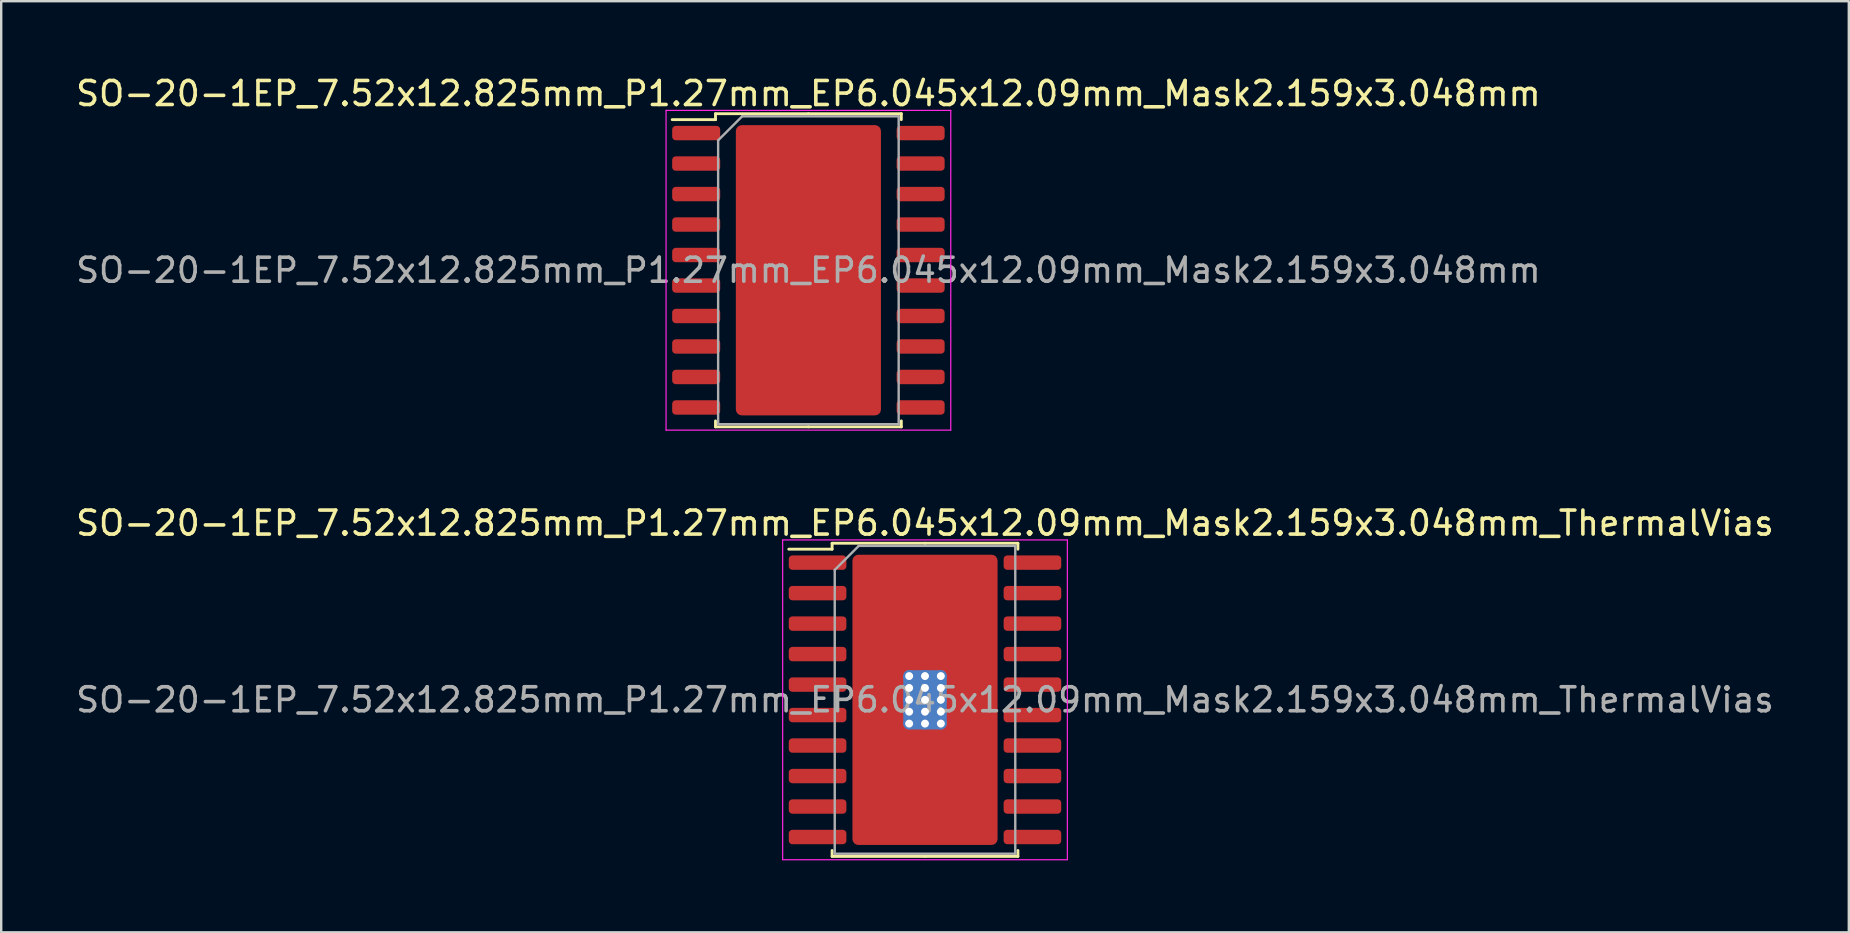
<source format=kicad_pcb>
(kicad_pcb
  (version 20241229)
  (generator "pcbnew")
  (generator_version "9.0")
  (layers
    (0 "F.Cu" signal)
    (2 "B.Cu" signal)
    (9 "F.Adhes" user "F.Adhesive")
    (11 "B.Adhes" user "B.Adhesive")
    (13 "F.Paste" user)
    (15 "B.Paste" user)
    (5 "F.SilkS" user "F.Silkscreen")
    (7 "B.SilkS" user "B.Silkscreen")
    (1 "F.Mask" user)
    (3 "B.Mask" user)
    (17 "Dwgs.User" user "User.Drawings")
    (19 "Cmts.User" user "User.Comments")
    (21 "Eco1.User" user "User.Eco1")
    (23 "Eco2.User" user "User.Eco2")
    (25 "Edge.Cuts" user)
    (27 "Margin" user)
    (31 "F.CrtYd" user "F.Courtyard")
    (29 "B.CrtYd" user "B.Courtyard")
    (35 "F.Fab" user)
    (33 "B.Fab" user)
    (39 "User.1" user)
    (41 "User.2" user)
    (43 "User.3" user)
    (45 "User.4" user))
  (footprint "SO-20-1EP_7.52x12.825mm_P1.27mm_EP6.045x12.09mm_Mask2.159x3.048mm"
    (layer "F.Cu")
    (at 30.625 8.208)
    (property "Reference" "SO-20-1EP_7.52x12.825mm_P1.27mm_EP6.045x12.09mm_Mask2.159x3.048mm" (at 0 -7.36 0) (layer "F.SilkS") (effects (font (size 1 1) (thickness 0.15))))
    (attr smd)
    (fp_line (start -3.87 -6.522) (end -3.87 -6.275) (stroke (width 0.12) (type solid)) (layer "F.SilkS"))
    (fp_line (start -3.87 -6.275) (end -5.675 -6.275) (stroke (width 0.12) (type solid)) (layer "F.SilkS"))
    (fp_line (start -3.87 6.522) (end -3.87 6.275) (stroke (width 0.12) (type solid)) (layer "F.SilkS"))
    (fp_line (start 0 -6.522) (end -3.87 -6.522) (stroke (width 0.12) (type solid)) (layer "F.SilkS"))
    (fp_line (start 0 -6.522) (end 3.87 -6.522) (stroke (width 0.12) (type solid)) (layer "F.SilkS"))
    (fp_line (start 0 6.522) (end -3.87 6.522) (stroke (width 0.12) (type solid)) (layer "F.SilkS"))
    (fp_line (start 0 6.522) (end 3.87 6.522) (stroke (width 0.12) (type solid)) (layer "F.SilkS"))
    (fp_line (start 3.87 -6.522) (end 3.87 -6.275) (stroke (width 0.12) (type solid)) (layer "F.SilkS"))
    (fp_line (start 3.87 6.522) (end 3.87 6.275) (stroke (width 0.12) (type solid)) (layer "F.SilkS"))
    (fp_line (start -5.93 -6.66) (end -5.93 6.66) (stroke (width 0.05) (type solid)) (layer "F.CrtYd"))
    (fp_line (start -5.93 6.66) (end 5.93 6.66) (stroke (width 0.05) (type solid)) (layer "F.CrtYd"))
    (fp_line (start 5.93 -6.66) (end -5.93 -6.66) (stroke (width 0.05) (type solid)) (layer "F.CrtYd"))
    (fp_line (start 5.93 6.66) (end 5.93 -6.66) (stroke (width 0.05) (type solid)) (layer "F.CrtYd"))
    (fp_line (start -3.76 -5.412) (end -2.76 -6.412) (stroke (width 0.1) (type solid)) (layer "F.Fab"))
    (fp_line (start -3.76 6.412) (end -3.76 -5.412) (stroke (width 0.1) (type solid)) (layer "F.Fab"))
    (fp_line (start -2.76 -6.412) (end 3.76 -6.412) (stroke (width 0.1) (type solid)) (layer "F.Fab"))
    (fp_line (start 3.76 -6.412) (end 3.76 6.412) (stroke (width 0.1) (type solid)) (layer "F.Fab"))
    (fp_line (start 3.76 6.412) (end -3.76 6.412) (stroke (width 0.1) (type solid)) (layer "F.Fab"))
    (fp_text user "${REFERENCE}" (at 0 0 0) (layer "F.Fab") (effects (font (size 1 1) (thickness 0.15))))
    (pad "" smd roundrect (at 0 0) (size 1.74 2.46) (layers "F.Paste") (roundrect_rratio 0.144))
    (pad "" smd roundrect (at 0 0) (size 2.159 3.048) (layers "F.Mask") (roundrect_rratio 0.116))
    (pad "1" smd roundrect (at -4.675 -5.715) (size 2 0.6) (layers "F.Cu" "F.Mask" "F.Paste") (roundrect_rratio 0.25))
    (pad "2" smd roundrect (at -4.675 -4.445) (size 2 0.6) (layers "F.Cu" "F.Mask" "F.Paste") (roundrect_rratio 0.25))
    (pad "3" smd roundrect (at -4.675 -3.175) (size 2 0.6) (layers "F.Cu" "F.Mask" "F.Paste") (roundrect_rratio 0.25))
    (pad "4" smd roundrect (at -4.675 -1.905) (size 2 0.6) (layers "F.Cu" "F.Mask" "F.Paste") (roundrect_rratio 0.25))
    (pad "5" smd roundrect (at -4.675 -0.635) (size 2 0.6) (layers "F.Cu" "F.Mask" "F.Paste") (roundrect_rratio 0.25))
    (pad "6" smd roundrect (at -4.675 0.635) (size 2 0.6) (layers "F.Cu" "F.Mask" "F.Paste") (roundrect_rratio 0.25))
    (pad "7" smd roundrect (at -4.675 1.905) (size 2 0.6) (layers "F.Cu" "F.Mask" "F.Paste") (roundrect_rratio 0.25))
    (pad "8" smd roundrect (at -4.675 3.175) (size 2 0.6) (layers "F.Cu" "F.Mask" "F.Paste") (roundrect_rratio 0.25))
    (pad "9" smd roundrect (at -4.675 4.445) (size 2 0.6) (layers "F.Cu" "F.Mask" "F.Paste") (roundrect_rratio 0.25))
    (pad "10" smd roundrect (at -4.675 5.715) (size 2 0.6) (layers "F.Cu" "F.Mask" "F.Paste") (roundrect_rratio 0.25))
    (pad "11" smd roundrect (at 4.675 5.715) (size 2 0.6) (layers "F.Cu" "F.Mask" "F.Paste") (roundrect_rratio 0.25))
    (pad "12" smd roundrect (at 4.675 4.445) (size 2 0.6) (layers "F.Cu" "F.Mask" "F.Paste") (roundrect_rratio 0.25))
    (pad "13" smd roundrect (at 4.675 3.175) (size 2 0.6) (layers "F.Cu" "F.Mask" "F.Paste") (roundrect_rratio 0.25))
    (pad "14" smd roundrect (at 4.675 1.905) (size 2 0.6) (layers "F.Cu" "F.Mask" "F.Paste") (roundrect_rratio 0.25))
    (pad "15" smd roundrect (at 4.675 0.635) (size 2 0.6) (layers "F.Cu" "F.Mask" "F.Paste") (roundrect_rratio 0.25))
    (pad "16" smd roundrect (at 4.675 -0.635) (size 2 0.6) (layers "F.Cu" "F.Mask" "F.Paste") (roundrect_rratio 0.25))
    (pad "17" smd roundrect (at 4.675 -1.905) (size 2 0.6) (layers "F.Cu" "F.Mask" "F.Paste") (roundrect_rratio 0.25))
    (pad "18" smd roundrect (at 4.675 -3.175) (size 2 0.6) (layers "F.Cu" "F.Mask" "F.Paste") (roundrect_rratio 0.25))
    (pad "19" smd roundrect (at 4.675 -4.445) (size 2 0.6) (layers "F.Cu" "F.Mask" "F.Paste") (roundrect_rratio 0.25))
    (pad "20" smd roundrect (at 4.675 -5.715) (size 2 0.6) (layers "F.Cu" "F.Mask" "F.Paste") (roundrect_rratio 0.25))
    (pad "21" smd roundrect (at 0 0) (size 6.045 12.09) (layers "F.Cu") (roundrect_rratio 0.041)))
  (footprint "SO-20-1EP_7.52x12.825mm_P1.27mm_EP6.045x12.09mm_Mask2.159x3.048mm_ThermalVias"
    (layer "F.Cu")
    (at 35.482 26.102)
    (property "Reference" "SO-20-1EP_7.52x12.825mm_P1.27mm_EP6.045x12.09mm_Mask2.159x3.048mm_ThermalVias" (at 0 -7.36 0) (layer "F.SilkS") (effects (font (size 1 1) (thickness 0.15))))
    (attr smd)
    (fp_line (start -3.87 -6.522) (end -3.87 -6.275) (stroke (width 0.12) (type solid)) (layer "F.SilkS"))
    (fp_line (start -3.87 -6.275) (end -5.675 -6.275) (stroke (width 0.12) (type solid)) (layer "F.SilkS"))
    (fp_line (start -3.87 6.522) (end -3.87 6.275) (stroke (width 0.12) (type solid)) (layer "F.SilkS"))
    (fp_line (start 0 -6.522) (end -3.87 -6.522) (stroke (width 0.12) (type solid)) (layer "F.SilkS"))
    (fp_line (start 0 -6.522) (end 3.87 -6.522) (stroke (width 0.12) (type solid)) (layer "F.SilkS"))
    (fp_line (start 0 6.522) (end -3.87 6.522) (stroke (width 0.12) (type solid)) (layer "F.SilkS"))
    (fp_line (start 0 6.522) (end 3.87 6.522) (stroke (width 0.12) (type solid)) (layer "F.SilkS"))
    (fp_line (start 3.87 -6.522) (end 3.87 -6.275) (stroke (width 0.12) (type solid)) (layer "F.SilkS"))
    (fp_line (start 3.87 6.522) (end 3.87 6.275) (stroke (width 0.12) (type solid)) (layer "F.SilkS"))
    (fp_line (start -5.93 -6.66) (end -5.93 6.66) (stroke (width 0.05) (type solid)) (layer "F.CrtYd"))
    (fp_line (start -5.93 6.66) (end 5.93 6.66) (stroke (width 0.05) (type solid)) (layer "F.CrtYd"))
    (fp_line (start 5.93 -6.66) (end -5.93 -6.66) (stroke (width 0.05) (type solid)) (layer "F.CrtYd"))
    (fp_line (start 5.93 6.66) (end 5.93 -6.66) (stroke (width 0.05) (type solid)) (layer "F.CrtYd"))
    (fp_line (start -3.76 -5.412) (end -2.76 -6.412) (stroke (width 0.1) (type solid)) (layer "F.Fab"))
    (fp_line (start -3.76 6.412) (end -3.76 -5.412) (stroke (width 0.1) (type solid)) (layer "F.Fab"))
    (fp_line (start -2.76 -6.412) (end 3.76 -6.412) (stroke (width 0.1) (type solid)) (layer "F.Fab"))
    (fp_line (start 3.76 -6.412) (end 3.76 6.412) (stroke (width 0.1) (type solid)) (layer "F.Fab"))
    (fp_line (start 3.76 6.412) (end -3.76 6.412) (stroke (width 0.1) (type solid)) (layer "F.Fab"))
    (fp_text user "${REFERENCE}" (at 0 0 0) (layer "F.Fab") (effects (font (size 1 1) (thickness 0.15))))
    (pad "" smd roundrect (at -0.54 -0.76) (size 0.93 1.32) (layers "F.Paste") (roundrect_rratio 0.25))
    (pad "" smd roundrect (at -0.54 0.76) (size 0.93 1.32) (layers "F.Paste") (roundrect_rratio 0.25))
    (pad "" smd roundrect (at 0 0) (size 2.159 3.048) (layers "F.Mask") (roundrect_rratio 0.113))
    (pad "" smd roundrect (at 0.54 -0.76) (size 0.93 1.32) (layers "F.Paste") (roundrect_rratio 0.25))
    (pad "" smd roundrect (at 0.54 0.76) (size 0.93 1.32) (layers "F.Paste") (roundrect_rratio 0.25))
    (pad "1" smd roundrect (at -4.475 -5.715) (size 2.4 0.6) (layers "F.Cu" "F.Mask" "F.Paste") (roundrect_rratio 0.25))
    (pad "2" smd roundrect (at -4.475 -4.445) (size 2.4 0.6) (layers "F.Cu" "F.Mask" "F.Paste") (roundrect_rratio 0.25))
    (pad "3" smd roundrect (at -4.475 -3.175) (size 2.4 0.6) (layers "F.Cu" "F.Mask" "F.Paste") (roundrect_rratio 0.25))
    (pad "4" smd roundrect (at -4.475 -1.905) (size 2.4 0.6) (layers "F.Cu" "F.Mask" "F.Paste") (roundrect_rratio 0.25))
    (pad "5" smd roundrect (at -4.475 -0.635) (size 2.4 0.6) (layers "F.Cu" "F.Mask" "F.Paste") (roundrect_rratio 0.25))
    (pad "6" smd roundrect (at -4.475 0.635) (size 2.4 0.6) (layers "F.Cu" "F.Mask" "F.Paste") (roundrect_rratio 0.25))
    (pad "7" smd roundrect (at -4.475 1.905) (size 2.4 0.6) (layers "F.Cu" "F.Mask" "F.Paste") (roundrect_rratio 0.25))
    (pad "8" smd roundrect (at -4.475 3.175) (size 2.4 0.6) (layers "F.Cu" "F.Mask" "F.Paste") (roundrect_rratio 0.25))
    (pad "9" smd roundrect (at -4.475 4.445) (size 2.4 0.6) (layers "F.Cu" "F.Mask" "F.Paste") (roundrect_rratio 0.25))
    (pad "10" smd roundrect (at -4.475 5.715) (size 2.4 0.6) (layers "F.Cu" "F.Mask" "F.Paste") (roundrect_rratio 0.25))
    (pad "11" smd roundrect (at 4.475 5.715) (size 2.4 0.6) (layers "F.Cu" "F.Mask" "F.Paste") (roundrect_rratio 0.25))
    (pad "12" smd roundrect (at 4.475 4.445) (size 2.4 0.6) (layers "F.Cu" "F.Mask" "F.Paste") (roundrect_rratio 0.25))
    (pad "13" smd roundrect (at 4.475 3.175) (size 2.4 0.6) (layers "F.Cu" "F.Mask" "F.Paste") (roundrect_rratio 0.25))
    (pad "14" smd roundrect (at 4.475 1.905) (size 2.4 0.6) (layers "F.Cu" "F.Mask" "F.Paste") (roundrect_rratio 0.25))
    (pad "15" smd roundrect (at 4.475 0.635) (size 2.4 0.6) (layers "F.Cu" "F.Mask" "F.Paste") (roundrect_rratio 0.25))
    (pad "16" smd roundrect (at 4.475 -0.635) (size 2.4 0.6) (layers "F.Cu" "F.Mask" "F.Paste") (roundrect_rratio 0.25))
    (pad "17" smd roundrect (at 4.475 -1.905) (size 2.4 0.6) (layers "F.Cu" "F.Mask" "F.Paste") (roundrect_rratio 0.25))
    (pad "18" smd roundrect (at 4.475 -3.175) (size 2.4 0.6) (layers "F.Cu" "F.Mask" "F.Paste") (roundrect_rratio 0.25))
    (pad "19" smd roundrect (at 4.475 -4.445) (size 2.4 0.6) (layers "F.Cu" "F.Mask" "F.Paste") (roundrect_rratio 0.25))
    (pad "20" smd roundrect (at 4.475 -5.715) (size 2.4 0.6) (layers "F.Cu" "F.Mask" "F.Paste") (roundrect_rratio 0.25))
    (pad "21" thru_hole circle (at -0.66 -0.99) (size 0.49 0.49) (drill 0.33) (layers "*.Cu"))
    (pad "21" thru_hole circle (at -0.66 -0.495) (size 0.49 0.49) (drill 0.33) (layers "*.Cu"))
    (pad "21" thru_hole circle (at -0.66 0) (size 0.49 0.49) (drill 0.33) (layers "*.Cu"))
    (pad "21" thru_hole circle (at -0.66 0.495) (size 0.49 0.49) (drill 0.33) (layers "*.Cu"))
    (pad "21" thru_hole circle (at -0.66 0.99) (size 0.49 0.49) (drill 0.33) (layers "*.Cu"))
    (pad "21" thru_hole circle (at 0 -0.99) (size 0.49 0.49) (drill 0.33) (layers "*.Cu"))
    (pad "21" thru_hole circle (at 0 -0.495) (size 0.49 0.49) (drill 0.33) (layers "*.Cu"))
    (pad "21" thru_hole circle (at 0 0) (size 0.49 0.49) (drill 0.33) (layers "*.Cu"))
    (pad "21" smd roundrect (at 0 0) (size 1.81 2.47) (layers "B.Cu") (roundrect_rratio 0.135))
    (pad "21" smd roundrect (at 0 0) (size 6.045 12.09) (layers "F.Cu") (roundrect_rratio 0.041))
    (pad "21" thru_hole circle (at 0 0.495) (size 0.49 0.49) (drill 0.33) (layers "*.Cu"))
    (pad "21" thru_hole circle (at 0 0.99) (size 0.49 0.49) (drill 0.33) (layers "*.Cu"))
    (pad "21" thru_hole circle (at 0.66 -0.99) (size 0.49 0.49) (drill 0.33) (layers "*.Cu"))
    (pad "21" thru_hole circle (at 0.66 -0.495) (size 0.49 0.49) (drill 0.33) (layers "*.Cu"))
    (pad "21" thru_hole circle (at 0.66 0) (size 0.49 0.49) (drill 0.33) (layers "*.Cu"))
    (pad "21" thru_hole circle (at 0.66 0.495) (size 0.49 0.49) (drill 0.33) (layers "*.Cu"))
    (pad "21" thru_hole circle (at 0.66 0.99) (size 0.49 0.49) (drill 0.33) (layers "*.Cu")))
  (gr_rect
    (start -3 -3)
    (end 73.964 35.786)
    (stroke (width 0.1) (type default))
    (fill no)
    (layer "Edge.Cuts")))
</source>
